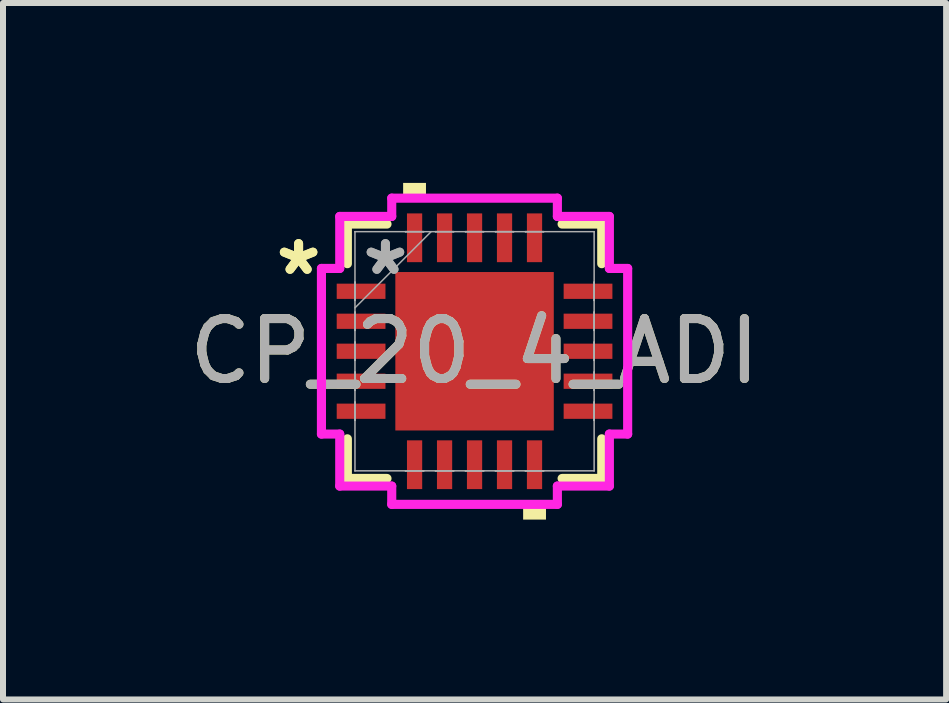
<source format=kicad_pcb>
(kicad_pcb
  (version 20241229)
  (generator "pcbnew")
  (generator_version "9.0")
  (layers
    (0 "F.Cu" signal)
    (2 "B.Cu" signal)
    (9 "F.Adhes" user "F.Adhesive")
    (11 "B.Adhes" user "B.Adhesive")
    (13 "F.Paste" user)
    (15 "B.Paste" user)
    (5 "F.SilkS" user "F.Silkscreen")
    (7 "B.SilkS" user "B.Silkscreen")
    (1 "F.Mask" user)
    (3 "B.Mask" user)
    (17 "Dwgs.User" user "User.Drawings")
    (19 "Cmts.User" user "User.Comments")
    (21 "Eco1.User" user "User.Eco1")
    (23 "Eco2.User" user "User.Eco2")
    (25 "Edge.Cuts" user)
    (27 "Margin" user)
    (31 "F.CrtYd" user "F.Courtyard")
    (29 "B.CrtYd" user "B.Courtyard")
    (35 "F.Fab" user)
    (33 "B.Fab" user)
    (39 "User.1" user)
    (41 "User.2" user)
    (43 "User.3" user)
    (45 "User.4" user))
  (footprint "CP_20_4_ADI"
    (layer "F.Cu")
    (at 4.863 2.807)
    (property "Reference" "CP_20_4_ADI" (at 0 0 0) (unlocked yes) (layer "F.SilkS") (effects (font (size 1 1) (thickness 0.15))))
    (attr smd)
    (fp_line (start -2.121 -2.121) (end -2.121 -1.46) (stroke (width 0.152) (type solid)) (layer "F.SilkS"))
    (fp_line (start -2.121 1.46) (end -2.121 2.121) (stroke (width 0.152) (type solid)) (layer "F.SilkS"))
    (fp_line (start -2.121 2.121) (end -1.46 2.121) (stroke (width 0.152) (type solid)) (layer "F.SilkS"))
    (fp_line (start -1.46 -2.121) (end -2.121 -2.121) (stroke (width 0.152) (type solid)) (layer "F.SilkS"))
    (fp_line (start 1.46 2.121) (end 2.121 2.121) (stroke (width 0.152) (type solid)) (layer "F.SilkS"))
    (fp_line (start 2.121 -2.121) (end 1.46 -2.121) (stroke (width 0.152) (type solid)) (layer "F.SilkS"))
    (fp_line (start 2.121 -1.46) (end 2.121 -2.121) (stroke (width 0.152) (type solid)) (layer "F.SilkS"))
    (fp_line (start 2.121 2.121) (end 2.121 1.46) (stroke (width 0.152) (type solid)) (layer "F.SilkS"))
    (fp_poly (pts (xy -1.191 -2.553) (xy -1.191 -2.807) (xy -0.81 -2.807) (xy -0.81 -2.553)) (stroke (width 0) (type solid)) (fill yes) (layer "F.SilkS"))
    (fp_poly (pts (xy 0.81 2.553) (xy 0.81 2.807) (xy 1.191 2.807) (xy 1.191 2.553)) (stroke (width 0) (type solid)) (fill yes) (layer "F.SilkS"))
    (fp_poly (pts (xy -1.221 -1.221) (xy -1.221 -0.1) (xy -0.1 -0.1) (xy -0.1 -1.221)) (stroke (width 0) (type solid)) (fill yes) (layer "F.Paste"))
    (fp_poly (pts (xy -1.221 0.1) (xy -1.221 1.221) (xy -0.1 1.221) (xy -0.1 0.1)) (stroke (width 0) (type solid)) (fill yes) (layer "F.Paste"))
    (fp_poly (pts (xy 0.1 -1.221) (xy 0.1 -0.1) (xy 1.221 -0.1) (xy 1.221 -1.221)) (stroke (width 0) (type solid)) (fill yes) (layer "F.Paste"))
    (fp_poly (pts (xy 0.1 0.1) (xy 0.1 1.221) (xy 1.221 1.221) (xy 1.221 0.1)) (stroke (width 0) (type solid)) (fill yes) (layer "F.Paste"))
    (fp_line (start -2.553 -1.381) (end -2.248 -1.381) (stroke (width 0.152) (type solid)) (layer "F.CrtYd"))
    (fp_line (start -2.553 1.381) (end -2.553 -1.381) (stroke (width 0.152) (type solid)) (layer "F.CrtYd"))
    (fp_line (start -2.248 -2.248) (end -1.381 -2.248) (stroke (width 0.152) (type solid)) (layer "F.CrtYd"))
    (fp_line (start -2.248 -1.381) (end -2.248 -2.248) (stroke (width 0.152) (type solid)) (layer "F.CrtYd"))
    (fp_line (start -2.248 1.381) (end -2.553 1.381) (stroke (width 0.152) (type solid)) (layer "F.CrtYd"))
    (fp_line (start -2.248 2.248) (end -2.248 1.381) (stroke (width 0.152) (type solid)) (layer "F.CrtYd"))
    (fp_line (start -1.381 -2.553) (end 1.381 -2.553) (stroke (width 0.152) (type solid)) (layer "F.CrtYd"))
    (fp_line (start -1.381 -2.248) (end -1.381 -2.553) (stroke (width 0.152) (type solid)) (layer "F.CrtYd"))
    (fp_line (start -1.381 2.248) (end -2.248 2.248) (stroke (width 0.152) (type solid)) (layer "F.CrtYd"))
    (fp_line (start -1.381 2.553) (end -1.381 2.248) (stroke (width 0.152) (type solid)) (layer "F.CrtYd"))
    (fp_line (start 1.381 -2.553) (end 1.381 -2.248) (stroke (width 0.152) (type solid)) (layer "F.CrtYd"))
    (fp_line (start 1.381 -2.248) (end 2.248 -2.248) (stroke (width 0.152) (type solid)) (layer "F.CrtYd"))
    (fp_line (start 1.381 2.248) (end 1.381 2.553) (stroke (width 0.152) (type solid)) (layer "F.CrtYd"))
    (fp_line (start 1.381 2.553) (end -1.381 2.553) (stroke (width 0.152) (type solid)) (layer "F.CrtYd"))
    (fp_line (start 2.248 -2.248) (end 2.248 -1.381) (stroke (width 0.152) (type solid)) (layer "F.CrtYd"))
    (fp_line (start 2.248 -1.381) (end 2.553 -1.381) (stroke (width 0.152) (type solid)) (layer "F.CrtYd"))
    (fp_line (start 2.248 1.381) (end 2.248 2.248) (stroke (width 0.152) (type solid)) (layer "F.CrtYd"))
    (fp_line (start 2.248 2.248) (end 1.381 2.248) (stroke (width 0.152) (type solid)) (layer "F.CrtYd"))
    (fp_line (start 2.553 -1.381) (end 2.553 1.381) (stroke (width 0.152) (type solid)) (layer "F.CrtYd"))
    (fp_line (start 2.553 1.381) (end 2.248 1.381) (stroke (width 0.152) (type solid)) (layer "F.CrtYd"))
    (fp_line (start -1.994 -1.994) (end -1.994 -1.994) (stroke (width 0.025) (type solid)) (layer "F.Fab"))
    (fp_line (start -1.994 -1.994) (end -1.994 1.994) (stroke (width 0.025) (type solid)) (layer "F.Fab"))
    (fp_line (start -1.994 -1.152) (end -1.994 -1.152) (stroke (width 0.025) (type solid)) (layer "F.Fab"))
    (fp_line (start -1.994 -1.152) (end -1.994 -0.848) (stroke (width 0.025) (type solid)) (layer "F.Fab"))
    (fp_line (start -1.994 -0.848) (end -1.994 -1.152) (stroke (width 0.025) (type solid)) (layer "F.Fab"))
    (fp_line (start -1.994 -0.848) (end -1.994 -0.848) (stroke (width 0.025) (type solid)) (layer "F.Fab"))
    (fp_line (start -1.994 -0.724) (end -0.724 -1.994) (stroke (width 0.025) (type solid)) (layer "F.Fab"))
    (fp_line (start -1.994 -0.652) (end -1.994 -0.652) (stroke (width 0.025) (type solid)) (layer "F.Fab"))
    (fp_line (start -1.994 -0.652) (end -1.994 -0.348) (stroke (width 0.025) (type solid)) (layer "F.Fab"))
    (fp_line (start -1.994 -0.348) (end -1.994 -0.652) (stroke (width 0.025) (type solid)) (layer "F.Fab"))
    (fp_line (start -1.994 -0.348) (end -1.994 -0.348) (stroke (width 0.025) (type solid)) (layer "F.Fab"))
    (fp_line (start -1.994 -0.152) (end -1.994 -0.152) (stroke (width 0.025) (type solid)) (layer "F.Fab"))
    (fp_line (start -1.994 -0.152) (end -1.994 0.152) (stroke (width 0.025) (type solid)) (layer "F.Fab"))
    (fp_line (start -1.994 0.152) (end -1.994 -0.152) (stroke (width 0.025) (type solid)) (layer "F.Fab"))
    (fp_line (start -1.994 0.152) (end -1.994 0.152) (stroke (width 0.025) (type solid)) (layer "F.Fab"))
    (fp_line (start -1.994 0.348) (end -1.994 0.348) (stroke (width 0.025) (type solid)) (layer "F.Fab"))
    (fp_line (start -1.994 0.348) (end -1.994 0.652) (stroke (width 0.025) (type solid)) (layer "F.Fab"))
    (fp_line (start -1.994 0.652) (end -1.994 0.348) (stroke (width 0.025) (type solid)) (layer "F.Fab"))
    (fp_line (start -1.994 0.652) (end -1.994 0.652) (stroke (width 0.025) (type solid)) (layer "F.Fab"))
    (fp_line (start -1.994 0.848) (end -1.994 0.848) (stroke (width 0.025) (type solid)) (layer "F.Fab"))
    (fp_line (start -1.994 0.848) (end -1.994 1.152) (stroke (width 0.025) (type solid)) (layer "F.Fab"))
    (fp_line (start -1.994 1.152) (end -1.994 0.848) (stroke (width 0.025) (type solid)) (layer "F.Fab"))
    (fp_line (start -1.994 1.152) (end -1.994 1.152) (stroke (width 0.025) (type solid)) (layer "F.Fab"))
    (fp_line (start -1.994 1.994) (end -1.994 1.994) (stroke (width 0.025) (type solid)) (layer "F.Fab"))
    (fp_line (start -1.994 1.994) (end 1.994 1.994) (stroke (width 0.025) (type solid)) (layer "F.Fab"))
    (fp_line (start -1.152 -1.994) (end -1.152 -1.994) (stroke (width 0.025) (type solid)) (layer "F.Fab"))
    (fp_line (start -1.152 -1.994) (end -0.848 -1.994) (stroke (width 0.025) (type solid)) (layer "F.Fab"))
    (fp_line (start -1.152 1.994) (end -1.152 1.994) (stroke (width 0.025) (type solid)) (layer "F.Fab"))
    (fp_line (start -1.152 1.994) (end -0.848 1.994) (stroke (width 0.025) (type solid)) (layer "F.Fab"))
    (fp_line (start -0.848 -1.994) (end -1.152 -1.994) (stroke (width 0.025) (type solid)) (layer "F.Fab"))
    (fp_line (start -0.848 -1.994) (end -0.848 -1.994) (stroke (width 0.025) (type solid)) (layer "F.Fab"))
    (fp_line (start -0.848 1.994) (end -1.152 1.994) (stroke (width 0.025) (type solid)) (layer "F.Fab"))
    (fp_line (start -0.848 1.994) (end -0.848 1.994) (stroke (width 0.025) (type solid)) (layer "F.Fab"))
    (fp_line (start -0.652 -1.994) (end -0.652 -1.994) (stroke (width 0.025) (type solid)) (layer "F.Fab"))
    (fp_line (start -0.652 -1.994) (end -0.348 -1.994) (stroke (width 0.025) (type solid)) (layer "F.Fab"))
    (fp_line (start -0.652 1.994) (end -0.652 1.994) (stroke (width 0.025) (type solid)) (layer "F.Fab"))
    (fp_line (start -0.652 1.994) (end -0.348 1.994) (stroke (width 0.025) (type solid)) (layer "F.Fab"))
    (fp_line (start -0.348 -1.994) (end -0.652 -1.994) (stroke (width 0.025) (type solid)) (layer "F.Fab"))
    (fp_line (start -0.348 -1.994) (end -0.348 -1.994) (stroke (width 0.025) (type solid)) (layer "F.Fab"))
    (fp_line (start -0.348 1.994) (end -0.652 1.994) (stroke (width 0.025) (type solid)) (layer "F.Fab"))
    (fp_line (start -0.348 1.994) (end -0.348 1.994) (stroke (width 0.025) (type solid)) (layer "F.Fab"))
    (fp_line (start -0.152 -1.994) (end -0.152 -1.994) (stroke (width 0.025) (type solid)) (layer "F.Fab"))
    (fp_line (start -0.152 -1.994) (end 0.152 -1.994) (stroke (width 0.025) (type solid)) (layer "F.Fab"))
    (fp_line (start -0.152 1.994) (end -0.152 1.994) (stroke (width 0.025) (type solid)) (layer "F.Fab"))
    (fp_line (start -0.152 1.994) (end 0.152 1.994) (stroke (width 0.025) (type solid)) (layer "F.Fab"))
    (fp_line (start 0.152 -1.994) (end -0.152 -1.994) (stroke (width 0.025) (type solid)) (layer "F.Fab"))
    (fp_line (start 0.152 -1.994) (end 0.152 -1.994) (stroke (width 0.025) (type solid)) (layer "F.Fab"))
    (fp_line (start 0.152 1.994) (end -0.152 1.994) (stroke (width 0.025) (type solid)) (layer "F.Fab"))
    (fp_line (start 0.152 1.994) (end 0.152 1.994) (stroke (width 0.025) (type solid)) (layer "F.Fab"))
    (fp_line (start 0.348 -1.994) (end 0.348 -1.994) (stroke (width 0.025) (type solid)) (layer "F.Fab"))
    (fp_line (start 0.348 -1.994) (end 0.652 -1.994) (stroke (width 0.025) (type solid)) (layer "F.Fab"))
    (fp_line (start 0.348 1.994) (end 0.348 1.994) (stroke (width 0.025) (type solid)) (layer "F.Fab"))
    (fp_line (start 0.348 1.994) (end 0.652 1.994) (stroke (width 0.025) (type solid)) (layer "F.Fab"))
    (fp_line (start 0.652 -1.994) (end 0.348 -1.994) (stroke (width 0.025) (type solid)) (layer "F.Fab"))
    (fp_line (start 0.652 -1.994) (end 0.652 -1.994) (stroke (width 0.025) (type solid)) (layer "F.Fab"))
    (fp_line (start 0.652 1.994) (end 0.348 1.994) (stroke (width 0.025) (type solid)) (layer "F.Fab"))
    (fp_line (start 0.652 1.994) (end 0.652 1.994) (stroke (width 0.025) (type solid)) (layer "F.Fab"))
    (fp_line (start 0.848 -1.994) (end 0.848 -1.994) (stroke (width 0.025) (type solid)) (layer "F.Fab"))
    (fp_line (start 0.848 -1.994) (end 1.152 -1.994) (stroke (width 0.025) (type solid)) (layer "F.Fab"))
    (fp_line (start 0.848 1.994) (end 0.848 1.994) (stroke (width 0.025) (type solid)) (layer "F.Fab"))
    (fp_line (start 0.848 1.994) (end 1.152 1.994) (stroke (width 0.025) (type solid)) (layer "F.Fab"))
    (fp_line (start 1.152 -1.994) (end 0.848 -1.994) (stroke (width 0.025) (type solid)) (layer "F.Fab"))
    (fp_line (start 1.152 -1.994) (end 1.152 -1.994) (stroke (width 0.025) (type solid)) (layer "F.Fab"))
    (fp_line (start 1.152 1.994) (end 0.848 1.994) (stroke (width 0.025) (type solid)) (layer "F.Fab"))
    (fp_line (start 1.152 1.994) (end 1.152 1.994) (stroke (width 0.025) (type solid)) (layer "F.Fab"))
    (fp_line (start 1.994 -1.994) (end -1.994 -1.994) (stroke (width 0.025) (type solid)) (layer "F.Fab"))
    (fp_line (start 1.994 -1.994) (end 1.994 -1.994) (stroke (width 0.025) (type solid)) (layer "F.Fab"))
    (fp_line (start 1.994 -1.152) (end 1.994 -1.152) (stroke (width 0.025) (type solid)) (layer "F.Fab"))
    (fp_line (start 1.994 -1.152) (end 1.994 -0.848) (stroke (width 0.025) (type solid)) (layer "F.Fab"))
    (fp_line (start 1.994 -0.848) (end 1.994 -1.152) (stroke (width 0.025) (type solid)) (layer "F.Fab"))
    (fp_line (start 1.994 -0.848) (end 1.994 -0.848) (stroke (width 0.025) (type solid)) (layer "F.Fab"))
    (fp_line (start 1.994 -0.652) (end 1.994 -0.652) (stroke (width 0.025) (type solid)) (layer "F.Fab"))
    (fp_line (start 1.994 -0.652) (end 1.994 -0.348) (stroke (width 0.025) (type solid)) (layer "F.Fab"))
    (fp_line (start 1.994 -0.348) (end 1.994 -0.652) (stroke (width 0.025) (type solid)) (layer "F.Fab"))
    (fp_line (start 1.994 -0.348) (end 1.994 -0.348) (stroke (width 0.025) (type solid)) (layer "F.Fab"))
    (fp_line (start 1.994 -0.152) (end 1.994 -0.152) (stroke (width 0.025) (type solid)) (layer "F.Fab"))
    (fp_line (start 1.994 -0.152) (end 1.994 0.152) (stroke (width 0.025) (type solid)) (layer "F.Fab"))
    (fp_line (start 1.994 0.152) (end 1.994 -0.152) (stroke (width 0.025) (type solid)) (layer "F.Fab"))
    (fp_line (start 1.994 0.152) (end 1.994 0.152) (stroke (width 0.025) (type solid)) (layer "F.Fab"))
    (fp_line (start 1.994 0.348) (end 1.994 0.348) (stroke (width 0.025) (type solid)) (layer "F.Fab"))
    (fp_line (start 1.994 0.348) (end 1.994 0.652) (stroke (width 0.025) (type solid)) (layer "F.Fab"))
    (fp_line (start 1.994 0.652) (end 1.994 0.348) (stroke (width 0.025) (type solid)) (layer "F.Fab"))
    (fp_line (start 1.994 0.652) (end 1.994 0.652) (stroke (width 0.025) (type solid)) (layer "F.Fab"))
    (fp_line (start 1.994 0.848) (end 1.994 0.848) (stroke (width 0.025) (type solid)) (layer "F.Fab"))
    (fp_line (start 1.994 0.848) (end 1.994 1.152) (stroke (width 0.025) (type solid)) (layer "F.Fab"))
    (fp_line (start 1.994 1.152) (end 1.994 0.848) (stroke (width 0.025) (type solid)) (layer "F.Fab"))
    (fp_line (start 1.994 1.152) (end 1.994 1.152) (stroke (width 0.025) (type solid)) (layer "F.Fab"))
    (fp_line (start 1.994 1.994) (end 1.994 -1.994) (stroke (width 0.025) (type solid)) (layer "F.Fab"))
    (fp_line (start 1.994 1.994) (end 1.994 1.994) (stroke (width 0.025) (type solid)) (layer "F.Fab"))
    (fp_text user "*" (at -2.934 -1.25 0) (layer "F.SilkS") (effects (font (size 1 1) (thickness 0.15))))
    (fp_text user "*" (at -2.934 -1.25 0) (unlocked yes) (layer "F.SilkS") (effects (font (size 1 1) (thickness 0.15))))
    (fp_text user "*" (at -1.486 -1.25 0) (unlocked yes) (layer "F.Fab") (effects (font (size 1 1) (thickness 0.15))))
    (fp_text user "*" (at -1.486 -1.25 0) (layer "F.Fab") (effects (font (size 1 1) (thickness 0.15))))
    (fp_text user "${REFERENCE}" (at 0 0 0) (unlocked yes) (layer "F.Fab") (effects (font (size 1 1) (thickness 0.15))))
    (pad "1" smd rect (at -1.892 -1 90) (size 0.254 0.813) (layers "F.Cu" "F.Mask" "F.Paste"))
    (pad "2" smd rect (at -1.892 -0.5 90) (size 0.254 0.813) (layers "F.Cu" "F.Mask" "F.Paste"))
    (pad "3" smd rect (at -1.892 0 90) (size 0.254 0.813) (layers "F.Cu" "F.Mask" "F.Paste"))
    (pad "4" smd rect (at -1.892 0.5 90) (size 0.254 0.813) (layers "F.Cu" "F.Mask" "F.Paste"))
    (pad "5" smd rect (at -1.892 1 90) (size 0.254 0.813) (layers "F.Cu" "F.Mask" "F.Paste"))
    (pad "6" smd rect (at -1 1.892) (size 0.254 0.813) (layers "F.Cu" "F.Mask" "F.Paste"))
    (pad "7" smd rect (at -0.5 1.892) (size 0.254 0.813) (layers "F.Cu" "F.Mask" "F.Paste"))
    (pad "8" smd rect (at 0 1.892) (size 0.254 0.813) (layers "F.Cu" "F.Mask" "F.Paste"))
    (pad "9" smd rect (at 0.5 1.892) (size 0.254 0.813) (layers "F.Cu" "F.Mask" "F.Paste"))
    (pad "10" smd rect (at 1 1.892) (size 0.254 0.813) (layers "F.Cu" "F.Mask" "F.Paste"))
    (pad "11" smd rect (at 1.892 1 90) (size 0.254 0.813) (layers "F.Cu" "F.Mask" "F.Paste"))
    (pad "12" smd rect (at 1.892 0.5 90) (size 0.254 0.813) (layers "F.Cu" "F.Mask" "F.Paste"))
    (pad "13" smd rect (at 1.892 0 90) (size 0.254 0.813) (layers "F.Cu" "F.Mask" "F.Paste"))
    (pad "14" smd rect (at 1.892 -0.5 90) (size 0.254 0.813) (layers "F.Cu" "F.Mask" "F.Paste"))
    (pad "15" smd rect (at 1.892 -1 90) (size 0.254 0.813) (layers "F.Cu" "F.Mask" "F.Paste"))
    (pad "16" smd rect (at 1 -1.892) (size 0.254 0.813) (layers "F.Cu" "F.Mask" "F.Paste"))
    (pad "17" smd rect (at 0.5 -1.892) (size 0.254 0.813) (layers "F.Cu" "F.Mask" "F.Paste"))
    (pad "18" smd rect (at 0 -1.892) (size 0.254 0.813) (layers "F.Cu" "F.Mask" "F.Paste"))
    (pad "19" smd rect (at -0.5 -1.892) (size 0.254 0.813) (layers "F.Cu" "F.Mask" "F.Paste"))
    (pad "20" smd rect (at -1 -1.892) (size 0.254 0.813) (layers "F.Cu" "F.Mask" "F.Paste"))
    (pad "21" smd rect (at 0 0) (size 2.642 2.642) (layers "F.Cu" "F.Mask")))
  (gr_rect
    (start -3 -3)
    (end 12.726 8.613)
    (stroke (width 0.1) (type default))
    (fill no)
    (layer "Edge.Cuts")))
</source>
